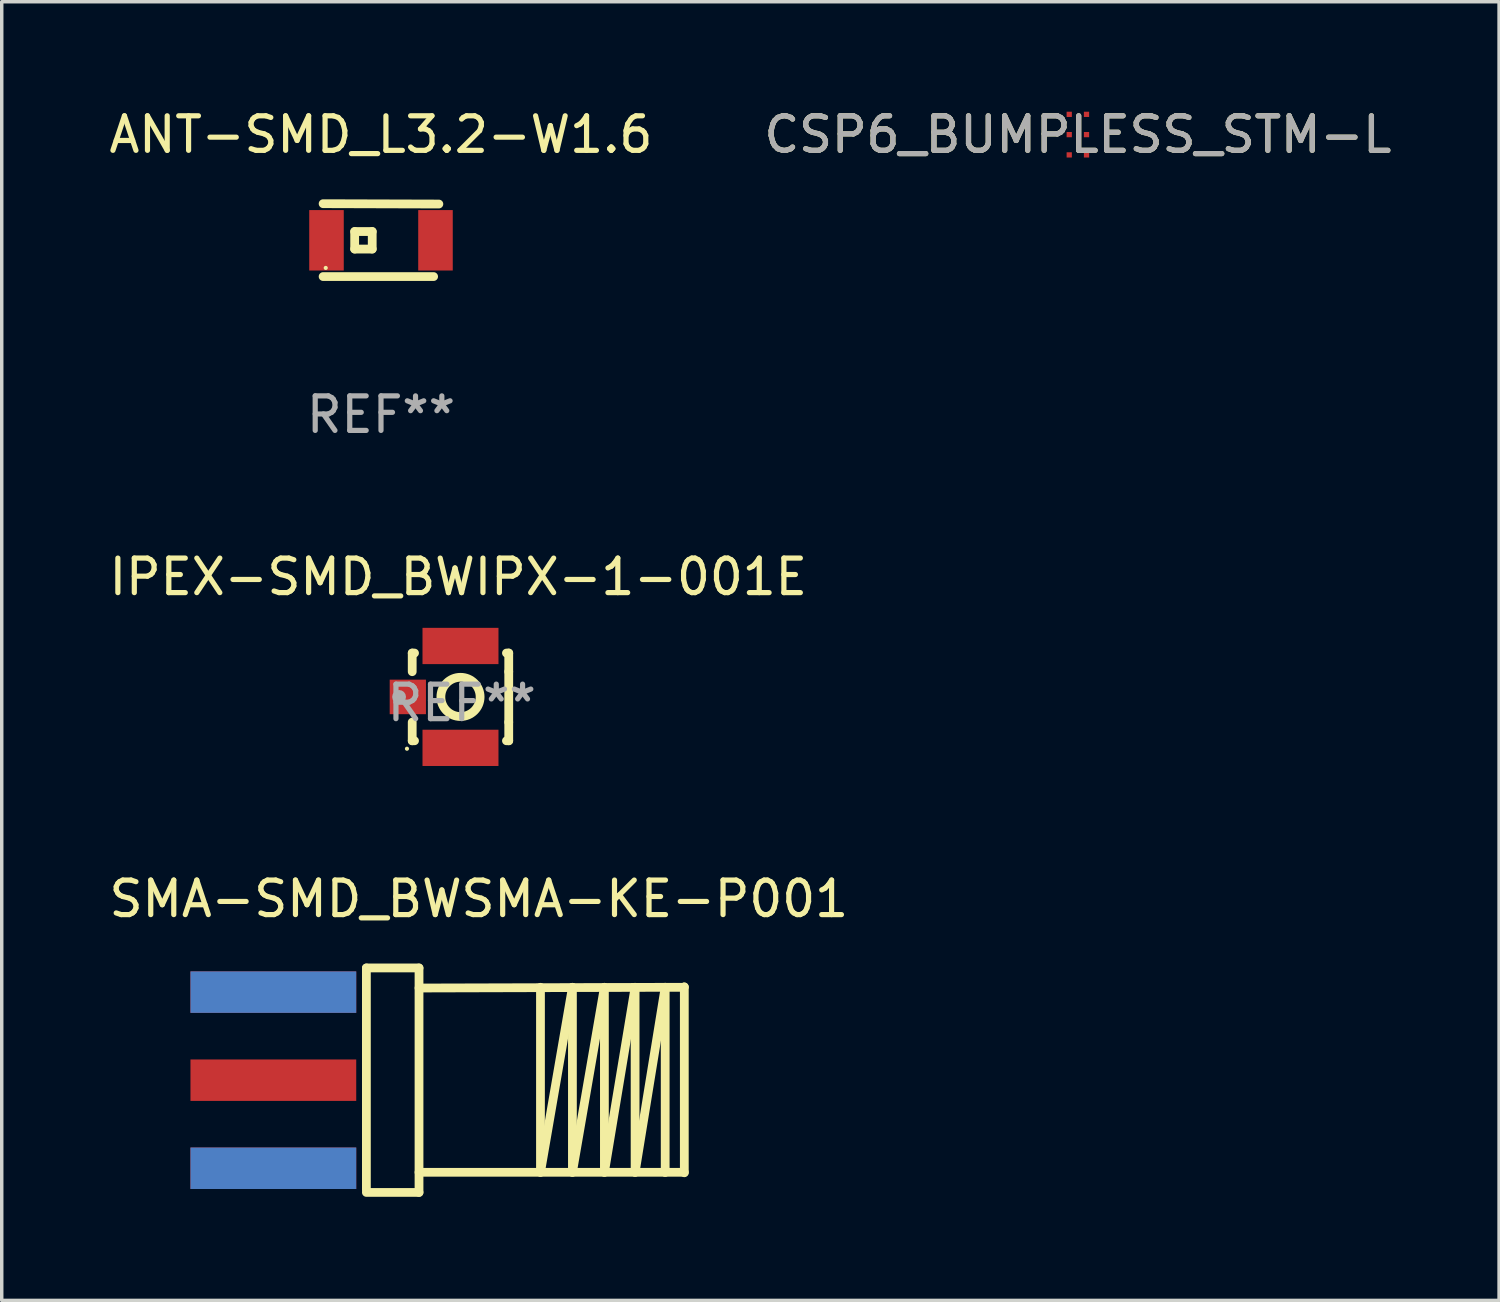
<source format=kicad_pcb>
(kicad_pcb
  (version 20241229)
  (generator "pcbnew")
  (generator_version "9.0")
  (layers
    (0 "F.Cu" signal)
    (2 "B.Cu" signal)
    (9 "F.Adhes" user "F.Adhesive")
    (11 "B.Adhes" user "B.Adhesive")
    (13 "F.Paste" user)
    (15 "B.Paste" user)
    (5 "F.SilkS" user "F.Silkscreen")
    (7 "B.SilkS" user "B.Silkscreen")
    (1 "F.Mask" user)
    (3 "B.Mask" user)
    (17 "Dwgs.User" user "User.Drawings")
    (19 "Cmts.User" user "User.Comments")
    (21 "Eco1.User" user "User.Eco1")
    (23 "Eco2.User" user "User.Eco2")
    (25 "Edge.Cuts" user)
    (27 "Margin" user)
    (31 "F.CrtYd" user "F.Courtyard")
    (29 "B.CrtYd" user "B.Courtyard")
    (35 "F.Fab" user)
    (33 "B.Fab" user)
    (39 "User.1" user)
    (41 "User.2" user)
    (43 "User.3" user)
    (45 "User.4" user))
  (footprint "ANT-SMD_L3.2-W1.6"
    (layer "F.Cu")
    (at 7.982 3.908)
    (property "Reference" "ANT-SMD_L3.2-W1.6" (at 0 -3.06 0) (layer "F.SilkS") (effects (font (size 1 1) (thickness 0.15))))
    (attr through_hole)
    (fp_line (start -1.676 -1.06) (end 1.676 -1.05) (stroke (width 0.254) (type solid)) (layer "F.SilkS"))
    (fp_line (start -0.762 -0.254) (end -0.762 0.254) (stroke (width 0.254) (type solid)) (layer "F.SilkS"))
    (fp_line (start -0.762 0.254) (end -0.254 0.254) (stroke (width 0.254) (type solid)) (layer "F.SilkS"))
    (fp_line (start -0.254 -0.254) (end -0.762 -0.254) (stroke (width 0.254) (type solid)) (layer "F.SilkS"))
    (fp_line (start -0.254 0.254) (end -0.254 -0.254) (stroke (width 0.254) (type solid)) (layer "F.SilkS"))
    (fp_line (start 1.524 1.05) (end -1.676 1.05) (stroke (width 0.254) (type solid)) (layer "F.SilkS"))
    (fp_circle (center -1.6 0.8) (end -1.57 0.8) (stroke (width 0.06) (type solid)) (fill no) (layer "F.SilkS"))
    (fp_text user "REF**" (at 0 5.05 0) (layer "F.Fab") (effects (font (size 1 1) (thickness 0.15))))
    (pad "1" smd rect (at -1.578 0) (size 1 1.75) (layers "F.Cu" "F.Mask" "F.Paste"))
    (pad "2" smd rect (at 1.578 0) (size 1 1.75) (layers "F.Cu" "F.Mask" "F.Paste")))
  (footprint "IPEX-SMD_BWIPX-1-001E"
    (layer "F.Cu")
    (at 10.22 17.13)
    (property "Reference" "IPEX-SMD_BWIPX-1-001E" (at 0 -3.475 0) (layer "F.SilkS") (effects (font (size 1 1) (thickness 0.15))))
    (attr through_hole)
    (fp_line (start -1.334 -1.27) (end -1.334 -0.731) (stroke (width 0.254) (type solid)) (layer "F.SilkS"))
    (fp_line (start -1.334 0.731) (end -1.334 1.27) (stroke (width 0.254) (type solid)) (layer "F.SilkS"))
    (fp_line (start -1.334 1.27) (end -1.267 1.27) (stroke (width 0.254) (type solid)) (layer "F.SilkS"))
    (fp_line (start -1.267 -1.27) (end -1.334 -1.27) (stroke (width 0.254) (type solid)) (layer "F.SilkS"))
    (fp_line (start 1.395 1.27) (end 1.461 1.27) (stroke (width 0.254) (type solid)) (layer "F.SilkS"))
    (fp_line (start 1.461 -1.27) (end 1.395 -1.27) (stroke (width 0.254) (type solid)) (layer "F.SilkS"))
    (fp_line (start 1.461 -0.731) (end 1.461 -1.27) (stroke (width 0.254) (type solid)) (layer "F.SilkS"))
    (fp_line (start 1.461 -0.731) (end 1.461 0.731) (stroke (width 0.254) (type solid)) (layer "F.SilkS"))
    (fp_line (start 1.461 1.27) (end 1.461 0.731) (stroke (width 0.254) (type solid)) (layer "F.SilkS"))
    (fp_circle (center -1.486 1.5) (end -1.456 1.5) (stroke (width 0.06) (type solid)) (fill no) (layer "F.SilkS"))
    (fp_circle (center 0.064 0) (end 0.632 0) (stroke (width 0.254) (type solid)) (fill no) (layer "F.SilkS"))
    (fp_circle (center -1.714 0) (end -1.614 0) (stroke (width 0.2) (type solid)) (fill no) (layer "F.Fab"))
    (fp_text user "REF**" (at 0.1 0.175 0) (layer "F.Fab") (effects (font (size 1 1) (thickness 0.15))))
    (pad "1" smd rect (at -1.461 0 180) (size 1.05 1) (layers "F.Cu" "F.Mask" "F.Paste"))
    (pad "2" smd rect (at 0.064 1.475 180) (size 2.2 1.05) (layers "F.Cu" "F.Mask" "F.Paste"))
    (pad "3" smd rect (at 0.064 -1.475 180) (size 2.2 1.05) (layers "F.Cu" "F.Mask" "F.Paste")))
  (footprint "CSP6_BUMPLESS_STM-L"
    (layer "F.Cu")
    (at 28.161 0.848)
    (property "Reference" "CSP6_BUMPLESS_STM-L" (at 0 0 0) (unlocked yes) (layer "F.SilkS") (effects (font (size 1 1) (thickness 0.15))))
    (attr smd)
    (fp_text user "${REFERENCE}" (at 0 0 0) (unlocked yes) (layer "F.Fab") (effects (font (size 1 1) (thickness 0.15))))
    (pad "A1" smd rect (at -0.25 -0.587) (size 0.152 0.152) (layers "F.Cu" "F.Mask" "F.Paste"))
    (pad "A2" smd rect (at 0.25 -0.587) (size 0.152 0.152) (layers "F.Cu" "F.Mask" "F.Paste"))
    (pad "B1" smd rect (at -0.25 0) (size 0.152 0.152) (layers "F.Cu" "F.Mask" "F.Paste"))
    (pad "B2" smd rect (at 0.25 0) (size 0.152 0.152) (layers "F.Cu" "F.Mask" "F.Paste"))
    (pad "C1" smd rect (at -0.25 0.587) (size 0.152 0.152) (layers "F.Cu" "F.Mask" "F.Paste"))
    (pad "C2" smd rect (at 0.25 0.587) (size 0.152 0.152) (layers "F.Cu" "F.Mask" "F.Paste")))
  (footprint "SMA-SMD_BWSMA-KE-P001"
    (layer "F.Cu")
    (at 10.815 28.228)
    (property "Reference" "SMA-SMD_BWSMA-KE-P001" (at 0 -5.25 0) (layer "F.SilkS") (effects (font (size 1 1) (thickness 0.15))))
    (attr through_hole)
    (fp_line (start -3.256 -3.25) (end -3.256 3.175) (stroke (width 0.254) (type solid)) (layer "F.SilkS"))
    (fp_line (start -1.732 -3.25) (end -3.256 -3.25) (stroke (width 0.254) (type solid)) (layer "F.SilkS"))
    (fp_line (start -1.732 -3.25) (end -1.732 3.25) (stroke (width 0.254) (type solid)) (layer "F.SilkS"))
    (fp_line (start -1.732 3.25) (end -3.256 3.25) (stroke (width 0.254) (type solid)) (layer "F.SilkS"))
    (fp_line (start 1.785 -2.689) (end 1.785 2.667) (stroke (width 0.254) (type solid)) (layer "F.SilkS"))
    (fp_line (start 1.785 2.667) (end 2.71 -2.689) (stroke (width 0.254) (type solid)) (layer "F.SilkS"))
    (fp_line (start 2.71 -2.689) (end 2.71 2.667) (stroke (width 0.254) (type solid)) (layer "F.SilkS"))
    (fp_line (start 2.71 2.667) (end 3.636 -2.689) (stroke (width 0.254) (type solid)) (layer "F.SilkS"))
    (fp_line (start 3.636 -2.689) (end 3.636 2.667) (stroke (width 0.254) (type solid)) (layer "F.SilkS"))
    (fp_line (start 3.636 2.667) (end 4.525 -2.689) (stroke (width 0.254) (type solid)) (layer "F.SilkS"))
    (fp_line (start 4.525 -2.689) (end 4.525 2.667) (stroke (width 0.254) (type solid)) (layer "F.SilkS"))
    (fp_line (start 4.525 2.667) (end 5.396 -2.689) (stroke (width 0.254) (type solid)) (layer "F.SilkS"))
    (fp_line (start 5.396 -2.689) (end -1.732 -2.669) (stroke (width 0.254) (type solid)) (layer "F.SilkS"))
    (fp_line (start 5.396 -2.689) (end 5.396 2.667) (stroke (width 0.254) (type solid)) (layer "F.SilkS"))
    (fp_line (start 5.396 -2.689) (end 5.939 -2.689) (stroke (width 0.254) (type solid)) (layer "F.SilkS"))
    (fp_line (start 5.396 2.667) (end -1.732 2.667) (stroke (width 0.254) (type solid)) (layer "F.SilkS"))
    (fp_line (start 5.396 2.667) (end 5.95 2.667) (stroke (width 0.254) (type solid)) (layer "F.SilkS"))
    (fp_line (start 5.939 -2.689) (end 5.95 -2.7) (stroke (width 0.254) (type solid)) (layer "F.SilkS"))
    (fp_line (start 5.95 -2.7) (end 5.95 2.68) (stroke (width 0.254) (type solid)) (layer "F.SilkS"))
    (pad "1" smd rect (at -5.95 2.55) (size 4.8 1.2) (layers "F.Cu" "F.Mask" "F.Paste"))
    (pad "2" smd rect (at -5.95 -2.55) (size 4.8 1.2) (layers "F.Cu" "F.Mask" "F.Paste"))
    (pad "3" smd rect (at -5.95 -2.55) (size 4.8 1.2) (layers "F.Mask" "B.Cu" "F.Paste"))
    (pad "4" smd rect (at -5.95 2.55) (size 4.8 1.2) (layers "F.Mask" "B.Cu" "F.Paste"))
    (pad "5" smd rect (at -5.95 -0.000152) (size 4.8 1.2) (layers "F.Cu" "F.Mask" "F.Paste")))
  (gr_rect
    (start -3 -3)
    (end 40.357 34.605)
    (stroke (width 0.1) (type default))
    (fill no)
    (layer "Edge.Cuts")))
</source>
